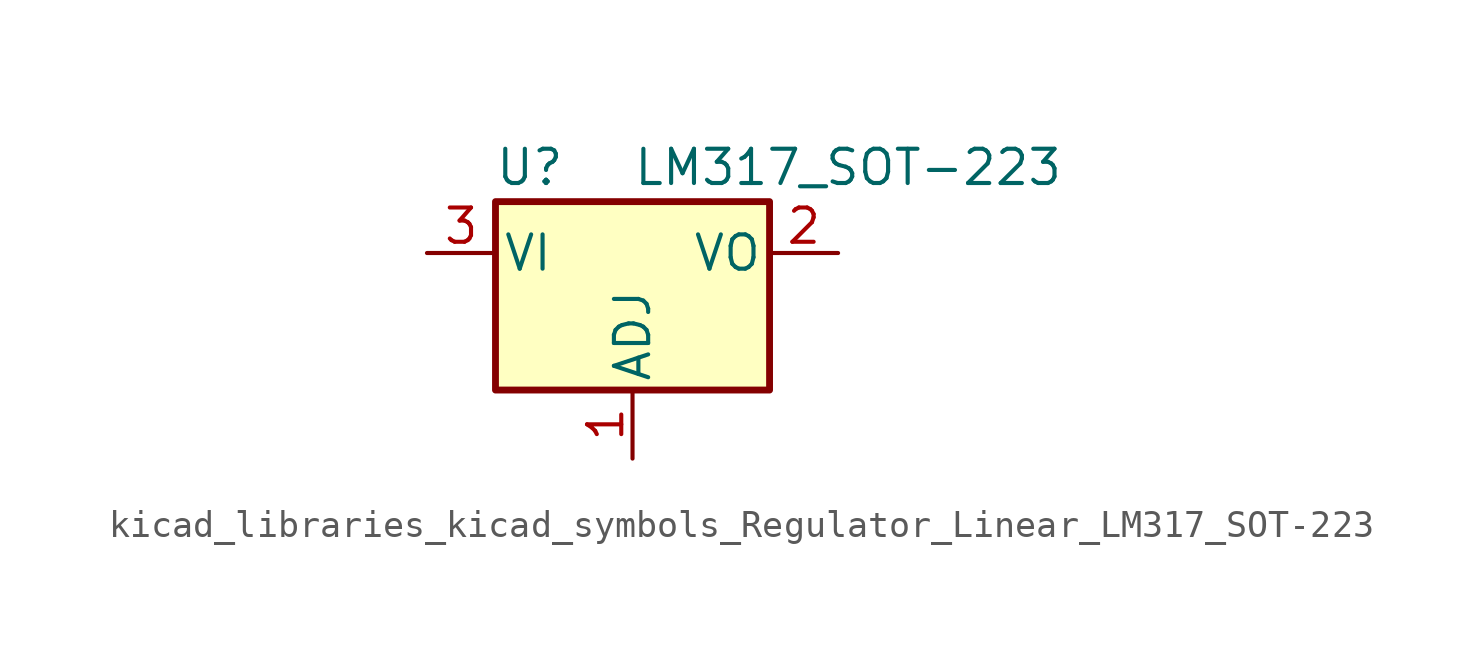
<source format=kicad_sym>
(kicad_symbol_lib
  (version 20220914)
  (generator kicad_symbol_editor)
  (symbol "kicad_libraries_kicad_symbols_Regulator_Linear_LM317_SOT-223"
    (pin_names
      (offset 0.254))
    (property "Reference" "U"
      (at -3.81 3.175 0)
      (effects (font (size 1.27 1.27))))
    (property "Value" "LM317_SOT-223"
      (at 0 3.175 0)
      (effects (font (size 1.27 1.27)) (justify left)))
    (symbol "kicad_libraries_kicad_symbols_Regulator_Linear_LM317_SOT-223_0_1"
      (rectangle (start -5.08 1.905) (end 5.08 -5.08) (stroke (width 0.254) (type default)) (fill (type background))))
    (symbol "kicad_libraries_kicad_symbols_Regulator_Linear_LM317_SOT-223_1_1"
      (pin input line (at 0 -7.62 90) (length 2.54) (name "ADJ" (effects (font (size 1.27 1.27)))) (number "1" (effects (font (size 1.27 1.27)))))
      (pin power_out line (at 7.62 0 180) (length 2.54) (name "VO" (effects (font (size 1.27 1.27)))) (number "2" (effects (font (size 1.27 1.27)))))
      (pin power_in line (at -7.62 0 0) (length 2.54) (name "VI" (effects (font (size 1.27 1.27)))) (number "3" (effects (font (size 1.27 1.27))))))))
</source>
